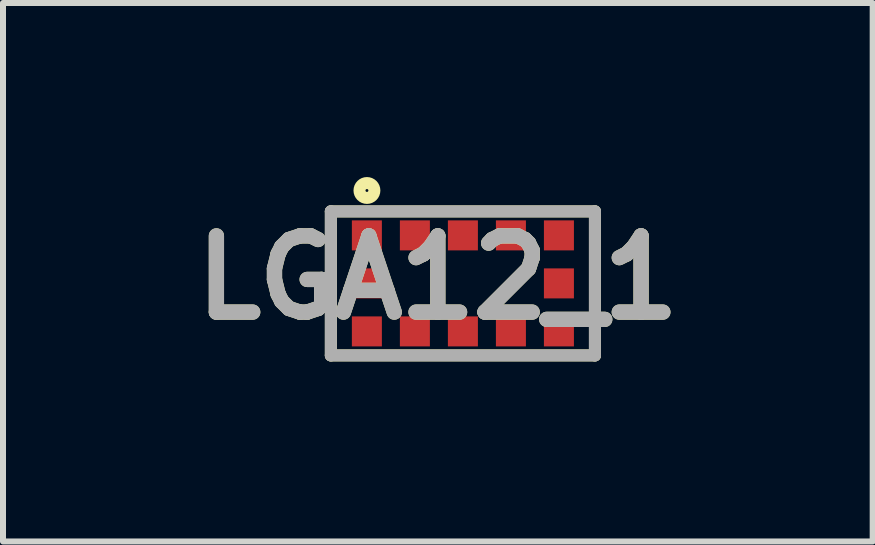
<source format=kicad_pcb>
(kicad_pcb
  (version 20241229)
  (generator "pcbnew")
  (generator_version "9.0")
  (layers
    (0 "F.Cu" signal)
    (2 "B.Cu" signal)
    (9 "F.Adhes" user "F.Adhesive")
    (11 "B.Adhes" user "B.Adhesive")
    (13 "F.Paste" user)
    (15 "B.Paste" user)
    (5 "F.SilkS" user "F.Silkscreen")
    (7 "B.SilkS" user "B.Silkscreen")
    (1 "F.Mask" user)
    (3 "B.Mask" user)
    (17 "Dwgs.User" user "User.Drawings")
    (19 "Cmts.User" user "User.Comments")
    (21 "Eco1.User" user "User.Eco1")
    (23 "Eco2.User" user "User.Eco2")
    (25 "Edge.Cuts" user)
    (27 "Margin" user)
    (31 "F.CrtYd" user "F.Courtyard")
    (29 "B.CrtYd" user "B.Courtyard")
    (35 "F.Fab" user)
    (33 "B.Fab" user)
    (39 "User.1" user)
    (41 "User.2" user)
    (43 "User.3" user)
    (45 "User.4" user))
  (footprint "LGA12_1"
    (layer "F.Cu")
    (at 4.663 1.672)
    (property "Reference" "LGA12_1" (at -0.418 -0.096 0) (layer "F.SilkS") (effects (font (size 1.27 1.27) (thickness 0.254))))
    (attr smd)
    (fp_line (start -2.2 -1.2) (end 2.2 -1.2) (stroke (width 0.2) (type solid)) (layer "F.SilkS"))
    (fp_line (start -2.2 1.2) (end -2.2 -1.2) (stroke (width 0.2) (type solid)) (layer "F.SilkS"))
    (fp_line (start 2.2 -1.2) (end 2.2 1.2) (stroke (width 0.2) (type solid)) (layer "F.SilkS"))
    (fp_line (start 2.2 1.2) (end -2.2 1.2) (stroke (width 0.2) (type solid)) (layer "F.SilkS"))
    (fp_circle (center -1.599 -1.548) (end -1.599 -1.524) (stroke (width 0.2) (type solid)) (fill no) (layer "F.SilkS"))
    (fp_line (start -2.2 -1.2) (end 2.2 -1.2) (stroke (width 0.2) (type solid)) (layer "F.Fab"))
    (fp_line (start -2.2 1.2) (end -2.2 -1.2) (stroke (width 0.2) (type solid)) (layer "F.Fab"))
    (fp_line (start 2.2 -1.2) (end 2.2 1.2) (stroke (width 0.2) (type solid)) (layer "F.Fab"))
    (fp_line (start 2.2 1.2) (end -2.2 1.2) (stroke (width 0.2) (type solid)) (layer "F.Fab"))
    (fp_text user "${REFERENCE}" (at -0.418 -0.096 0) (layer "F.Fab") (effects (font (size 1.27 1.27) (thickness 0.254))))
    (pad "1" smd rect (at -1.6 -0.8 90) (size 0.5 0.5) (layers "F.Cu" "F.Mask" "F.Paste"))
    (pad "2" smd rect (at -0.8 -0.8 90) (size 0.5 0.5) (layers "F.Cu" "F.Mask" "F.Paste"))
    (pad "3" smd rect (at 0 -0.8 90) (size 0.5 0.5) (layers "F.Cu" "F.Mask" "F.Paste"))
    (pad "4" smd rect (at 0.8 -0.8 90) (size 0.5 0.5) (layers "F.Cu" "F.Mask" "F.Paste"))
    (pad "5" smd rect (at 1.6 -0.8 90) (size 0.5 0.5) (layers "F.Cu" "F.Mask" "F.Paste"))
    (pad "6" smd rect (at 1.6 0 90) (size 0.5 0.5) (layers "F.Cu" "F.Mask" "F.Paste"))
    (pad "7" smd rect (at 1.6 0.8 90) (size 0.5 0.5) (layers "F.Cu" "F.Mask" "F.Paste"))
    (pad "8" smd rect (at 0.8 0.8 90) (size 0.5 0.5) (layers "F.Cu" "F.Mask" "F.Paste"))
    (pad "9" smd rect (at 0 0.8 90) (size 0.5 0.5) (layers "F.Cu" "F.Mask" "F.Paste"))
    (pad "10" smd rect (at -0.8 0.8 90) (size 0.5 0.5) (layers "F.Cu" "F.Mask" "F.Paste"))
    (pad "11" smd rect (at -1.6 0.8 90) (size 0.5 0.5) (layers "F.Cu" "F.Mask" "F.Paste"))
    (pad "12" smd rect (at -1.6 0 90) (size 0.5 0.5) (layers "F.Cu" "F.Mask" "F.Paste")))
  (gr_rect
    (start -3 -3)
    (end 11.491 5.972)
    (stroke (width 0.1) (type default))
    (fill no)
    (layer "Edge.Cuts")))
</source>
